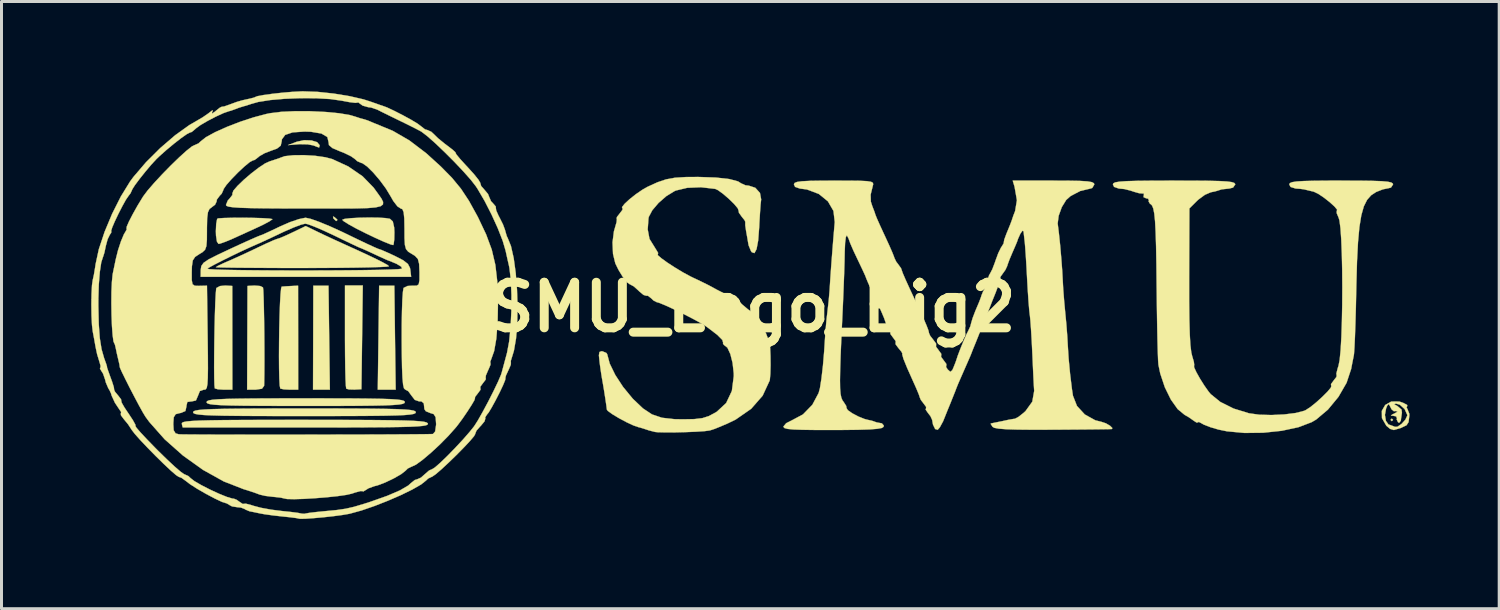
<source format=kicad_pcb>
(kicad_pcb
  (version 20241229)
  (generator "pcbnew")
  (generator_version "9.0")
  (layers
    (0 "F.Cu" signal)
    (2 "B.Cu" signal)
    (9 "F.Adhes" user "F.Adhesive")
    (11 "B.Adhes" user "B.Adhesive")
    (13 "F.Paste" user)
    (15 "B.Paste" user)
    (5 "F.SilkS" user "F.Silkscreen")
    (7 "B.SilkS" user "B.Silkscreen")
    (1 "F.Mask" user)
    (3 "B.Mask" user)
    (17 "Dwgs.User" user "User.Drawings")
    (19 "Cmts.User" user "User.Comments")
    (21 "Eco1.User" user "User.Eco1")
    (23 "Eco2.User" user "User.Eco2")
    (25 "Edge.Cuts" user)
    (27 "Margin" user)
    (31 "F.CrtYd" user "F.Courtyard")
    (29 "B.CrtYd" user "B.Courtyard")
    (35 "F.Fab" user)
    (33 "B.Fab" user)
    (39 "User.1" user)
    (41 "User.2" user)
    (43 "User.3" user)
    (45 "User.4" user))
  (footprint "SMU_Logo_Big2"
    (layer "F.Cu")
    (at 22.118 7.224)
    (property "Reference" "SMU_Logo_Big2" (at 0 0 0) (layer "F.SilkS") (effects (font (size 1.524 1.524) (thickness 0.3))))
    (attr through_hole)
    (fp_poly (pts (xy 21.421 3.768) (xy 21.378 3.81) (xy 21.336 3.768) (xy 21.378 3.725) (xy 21.421 3.768)) (stroke (width 0.01) (type solid)) (fill yes) (layer "F.SilkS"))
    (fp_poly (pts (xy -14.159 1.019) (xy -14.136 2.758) (xy -14.699 2.758) (xy -14.694 1.019) (xy -14.69 -0.72) (xy -14.182 -0.72) (xy -14.159 1.019)) (stroke (width 0.01) (type solid)) (fill yes) (layer "F.SilkS"))
    (fp_poly (pts (xy -11.958 1.019) (xy -11.935 2.758) (xy -12.534 2.758) (xy -12.511 1.019) (xy -12.488 -0.72) (xy -11.98 -0.72) (xy -11.958 1.019)) (stroke (width 0.01) (type solid)) (fill yes) (layer "F.SilkS"))
    (fp_poly (pts (xy -13.983 -3.014) (xy -13.893 -2.935) (xy -13.885 -2.916) (xy -13.926 -2.881) (xy -14.009 -2.959) (xy -14.02 -2.976) (xy -14.03 -3.034) (xy -13.983 -3.014)) (stroke (width 0.01) (type solid)) (fill yes) (layer "F.SilkS"))
    (fp_poly (pts (xy -13.081 2.743) (xy -13.313 2.755) (xy -13.498 2.75) (xy -13.588 2.724) (xy -13.601 2.63) (xy -13.613 2.393) (xy -13.622 2.039) (xy -13.628 1.594) (xy -13.631 1.083) (xy -13.631 0.978) (xy -13.631 -0.726) (xy -13.035 -0.726) (xy -13.081 2.743)) (stroke (width 0.01) (type solid)) (fill yes) (layer "F.SilkS"))
    (fp_poly (pts (xy -14.754 -5.578) (xy -14.563 -5.52) (xy -14.478 -5.419) (xy -14.478 -5.41) (xy -14.496 -5.34) (xy -14.499 -5.34) (xy -14.585 -5.371) (xy -14.688 -5.411) (xy -14.88 -5.447) (xy -15.141 -5.452) (xy -15.196 -5.449) (xy -15.536 -5.421) (xy -15.24 -5.534) (xy -14.998 -5.586) (xy -14.754 -5.578)) (stroke (width 0.01) (type solid)) (fill yes) (layer "F.SilkS"))
    (fp_poly (pts (xy -16.468 -0.709) (xy -16.373 -0.662) (xy -16.362 -0.564) (xy -16.352 -0.328) (xy -16.343 0.013) (xy -16.335 0.429) (xy -16.329 0.889) (xy -16.326 1.359) (xy -16.325 1.81) (xy -16.327 2.208) (xy -16.332 2.523) (xy -16.335 2.628) (xy -16.407 2.726) (xy -16.622 2.758) (xy -16.903 2.758) (xy -16.891 -0.711) (xy -16.655 -0.724) (xy -16.468 -0.709)) (stroke (width 0.01) (type solid)) (fill yes) (layer "F.SilkS"))
    (fp_poly (pts (xy -17.4 -0.711) (xy -17.399 1.023) (xy -17.397 2.758) (xy -17.679 2.758) (xy -17.877 2.746) (xy -17.982 2.716) (xy -17.985 2.712) (xy -17.997 2.604) (xy -18.004 2.36) (xy -18.007 2.011) (xy -18.005 1.592) (xy -18 1.133) (xy -17.992 0.668) (xy -17.981 0.228) (xy -17.968 -0.154) (xy -17.953 -0.446) (xy -17.938 -0.616) (xy -17.931 -0.643) (xy -17.81 -0.708) (xy -17.635 -0.724) (xy -17.4 -0.711)) (stroke (width 0.01) (type solid)) (fill yes) (layer "F.SilkS"))
    (fp_poly (pts (xy -15.197 1.019) (xy -15.196 2.758) (xy -15.476 2.758) (xy -15.678 2.747) (xy -15.791 2.722) (xy -15.794 2.719) (xy -15.814 2.619) (xy -15.827 2.384) (xy -15.835 2.045) (xy -15.838 1.634) (xy -15.835 1.18) (xy -15.829 0.716) (xy -15.818 0.271) (xy -15.804 -0.122) (xy -15.786 -0.433) (xy -15.766 -0.631) (xy -15.748 -0.688) (xy -15.605 -0.699) (xy -15.431 -0.709) (xy -15.199 -0.72) (xy -15.197 1.019)) (stroke (width 0.01) (type solid)) (fill yes) (layer "F.SilkS"))
    (fp_poly (pts (xy -12.528 -2.996) (xy -12.276 -2.981) (xy -12.127 -2.956) (xy -12.031 -2.867) (xy -11.986 -2.666) (xy -11.978 -2.506) (xy -11.983 -2.265) (xy -12.003 -2.108) (xy -12.018 -2.078) (xy -12.109 -2.101) (xy -12.318 -2.185) (xy -12.612 -2.317) (xy -12.896 -2.452) (xy -13.232 -2.62) (xy -13.502 -2.768) (xy -13.674 -2.876) (xy -13.722 -2.923) (xy -13.642 -2.954) (xy -13.438 -2.977) (xy -13.154 -2.993) (xy -12.836 -2.999) (xy -12.528 -2.996)) (stroke (width 0.01) (type solid)) (fill yes) (layer "F.SilkS"))
    (fp_poly (pts (xy -16.7 -2.988) (xy -16.397 -2.979) (xy -16.17 -2.965) (xy -16.061 -2.948) (xy -16.057 -2.942) (xy -16.15 -2.875) (xy -16.35 -2.768) (xy -16.536 -2.679) (xy -16.875 -2.524) (xy -17.23 -2.362) (xy -17.373 -2.297) (xy -17.617 -2.194) (xy -17.803 -2.128) (xy -17.86 -2.117) (xy -17.913 -2.194) (xy -17.944 -2.394) (xy -17.949 -2.54) (xy -17.938 -2.783) (xy -17.909 -2.94) (xy -17.886 -2.97) (xy -17.674 -2.984) (xy -17.379 -2.991) (xy -17.041 -2.993) (xy -16.7 -2.988)) (stroke (width 0.01) (type solid)) (fill yes) (layer "F.SilkS"))
    (fp_poly (pts (xy -14.605 -2.549) (xy -14.354 -2.429) (xy -14.02 -2.273) (xy -13.675 -2.116) (xy -13.674 -2.115) (xy -13.098 -1.853) (xy -12.668 -1.651) (xy -12.375 -1.505) (xy -12.208 -1.411) (xy -12.159 -1.37) (xy -12.232 -1.356) (xy -12.455 -1.344) (xy -12.81 -1.333) (xy -13.276 -1.324) (xy -13.836 -1.317) (xy -14.471 -1.313) (xy -15.036 -1.312) (xy -15.719 -1.312) (xy -16.346 -1.315) (xy -16.896 -1.318) (xy -17.35 -1.322) (xy -17.69 -1.327) (xy -17.895 -1.333) (xy -17.949 -1.338) (xy -17.879 -1.383) (xy -17.698 -1.47) (xy -17.547 -1.536) (xy -17.264 -1.661) (xy -16.905 -1.826) (xy -16.549 -1.995) (xy -16.546 -1.997) (xy -16.257 -2.133) (xy -16.028 -2.235) (xy -15.9 -2.284) (xy -15.889 -2.286) (xy -15.788 -2.32) (xy -15.584 -2.408) (xy -15.388 -2.5) (xy -14.944 -2.714) (xy -14.605 -2.549)) (stroke (width 0.01) (type solid)) (fill yes) (layer "F.SilkS"))
    (fp_poly (pts (xy -14.098 3.049) (xy -13.407 3.051) (xy -12.855 3.056) (xy -12.427 3.063) (xy -12.109 3.074) (xy -11.885 3.089) (xy -11.74 3.108) (xy -11.66 3.133) (xy -11.629 3.163) (xy -11.628 3.175) (xy -11.645 3.207) (xy -11.706 3.234) (xy -11.826 3.255) (xy -12.021 3.271) (xy -12.305 3.284) (xy -12.692 3.292) (xy -13.199 3.298) (xy -13.84 3.301) (xy -14.631 3.302) (xy -14.944 3.302) (xy -15.789 3.301) (xy -16.481 3.299) (xy -17.033 3.294) (xy -17.46 3.287) (xy -17.779 3.276) (xy -18.002 3.261) (xy -18.147 3.242) (xy -18.227 3.217) (xy -18.258 3.187) (xy -18.26 3.175) (xy -18.243 3.143) (xy -18.181 3.116) (xy -18.061 3.095) (xy -17.866 3.079) (xy -17.583 3.066) (xy -17.195 3.058) (xy -16.688 3.052) (xy -16.047 3.049) (xy -15.257 3.048) (xy -14.944 3.048) (xy -14.098 3.049)) (stroke (width 0.01) (type solid)) (fill yes) (layer "F.SilkS"))
    (fp_poly (pts (xy -14.085 3.387) (xy -13.34 3.389) (xy -12.735 3.393) (xy -12.257 3.4) (xy -11.892 3.409) (xy -11.626 3.422) (xy -11.443 3.438) (xy -11.331 3.459) (xy -11.275 3.485) (xy -11.261 3.514) (xy -11.277 3.544) (xy -11.337 3.57) (xy -11.453 3.59) (xy -11.641 3.607) (xy -11.913 3.619) (xy -12.286 3.628) (xy -12.771 3.634) (xy -13.385 3.638) (xy -14.14 3.64) (xy -14.986 3.641) (xy -15.887 3.64) (xy -16.632 3.638) (xy -17.237 3.634) (xy -17.715 3.628) (xy -18.08 3.618) (xy -18.346 3.606) (xy -18.529 3.589) (xy -18.641 3.568) (xy -18.697 3.542) (xy -18.711 3.514) (xy -18.695 3.483) (xy -18.635 3.458) (xy -18.519 3.437) (xy -18.331 3.421) (xy -18.059 3.408) (xy -17.686 3.399) (xy -17.201 3.393) (xy -16.587 3.389) (xy -15.832 3.387) (xy -14.986 3.387) (xy -14.085 3.387)) (stroke (width 0.01) (type solid)) (fill yes) (layer "F.SilkS"))
    (fp_poly (pts (xy -14.046 3.768) (xy -13.25 3.77) (xy -12.596 3.774) (xy -12.071 3.78) (xy -11.661 3.788) (xy -11.353 3.799) (xy -11.132 3.814) (xy -10.986 3.832) (xy -10.901 3.855) (xy -10.863 3.882) (xy -10.857 3.895) (xy -10.868 3.924) (xy -10.92 3.949) (xy -11.027 3.969) (xy -11.203 3.985) (xy -11.461 3.998) (xy -11.815 4.007) (xy -12.277 4.014) (xy -12.862 4.018) (xy -13.583 4.021) (xy -14.453 4.022) (xy -14.941 4.022) (xy -15.758 4.022) (xy -16.52 4.022) (xy -17.213 4.022) (xy -17.819 4.022) (xy -18.323 4.022) (xy -18.708 4.022) (xy -18.958 4.022) (xy -19.056 4.022) (xy -19.056 4.022) (xy -19.076 3.953) (xy -19.088 3.894) (xy -19.078 3.865) (xy -19.027 3.84) (xy -18.921 3.82) (xy -18.747 3.804) (xy -18.491 3.791) (xy -18.14 3.782) (xy -17.681 3.775) (xy -17.099 3.771) (xy -16.383 3.768) (xy -15.517 3.767) (xy -14.998 3.767) (xy -14.046 3.768)) (stroke (width 0.01) (type solid)) (fill yes) (layer "F.SilkS"))
    (fp_poly (pts (xy -14.632 -5.064) (xy -14.289 -5.015) (xy -14.058 -4.955) (xy -13.519 -4.706) (xy -13.041 -4.377) (xy -12.677 -4.003) (xy -12.644 -3.959) (xy -12.513 -3.778) (xy -12.412 -3.633) (xy -12.356 -3.521) (xy -12.36 -3.437) (xy -12.437 -3.378) (xy -12.602 -3.339) (xy -12.87 -3.315) (xy -13.255 -3.304) (xy -13.771 -3.301) (xy -14.433 -3.302) (xy -14.946 -3.302) (xy -15.705 -3.303) (xy -16.311 -3.307) (xy -16.779 -3.314) (xy -17.125 -3.325) (xy -17.365 -3.341) (xy -17.516 -3.362) (xy -17.592 -3.389) (xy -17.611 -3.419) (xy -17.551 -3.567) (xy -17.485 -3.64) (xy -17.397 -3.753) (xy -17.396 -3.806) (xy -17.363 -3.898) (xy -17.224 -4.059) (xy -17.016 -4.26) (xy -16.77 -4.471) (xy -16.521 -4.663) (xy -16.302 -4.809) (xy -16.15 -4.877) (xy -16.044 -4.911) (xy -15.931 -4.949) (xy -15.917 -4.953) (xy -15.817 -4.987) (xy -15.812 -4.991) (xy -15.644 -5.051) (xy -15.359 -5.082) (xy -15.005 -5.086) (xy -14.632 -5.064)) (stroke (width 0.01) (type solid)) (fill yes) (layer "F.SilkS"))
    (fp_poly (pts (xy 21.634 3.156) (xy 21.759 3.199) (xy 21.888 3.266) (xy 21.897 3.297) (xy 21.873 3.354) (xy 21.902 3.408) (xy 21.965 3.566) (xy 21.966 3.619) (xy 21.943 3.804) (xy 21.939 3.842) (xy 21.872 3.947) (xy 21.677 4.04) (xy 21.447 4.107) (xy 21.321 4.069) (xy 21.196 3.965) (xy 21.049 3.71) (xy 21.047 3.602) (xy 21.148 3.602) (xy 21.181 3.801) (xy 21.269 3.924) (xy 21.317 3.937) (xy 21.459 3.99) (xy 21.471 4.001) (xy 21.568 3.998) (xy 21.706 3.902) (xy 21.832 3.762) (xy 21.895 3.627) (xy 21.895 3.6) (xy 21.808 3.407) (xy 21.647 3.261) (xy 21.516 3.223) (xy 21.454 3.243) (xy 21.553 3.298) (xy 21.562 3.302) (xy 21.704 3.423) (xy 21.717 3.53) (xy 21.688 3.723) (xy 21.681 3.794) (xy 21.627 3.864) (xy 21.589 3.851) (xy 21.54 3.75) (xy 21.551 3.719) (xy 21.525 3.652) (xy 21.447 3.635) (xy 21.349 3.622) (xy 21.402 3.583) (xy 21.463 3.556) (xy 21.571 3.494) (xy 21.515 3.473) (xy 21.445 3.478) (xy 21.37 3.415) (xy 21.327 3.329) (xy 21.278 3.237) (xy 21.229 3.286) (xy 21.187 3.387) (xy 21.148 3.602) (xy 21.047 3.602) (xy 21.045 3.466) (xy 21.158 3.27) (xy 21.362 3.155) (xy 21.634 3.156)) (stroke (width 0.01) (type solid)) (fill yes) (layer "F.SilkS"))
    (fp_poly (pts (xy -14.776 -2.954) (xy -14.494 -2.854) (xy -14.133 -2.705) (xy -13.729 -2.521) (xy -13.621 -2.469) (xy -13.233 -2.281) (xy -12.901 -2.123) (xy -12.653 -2.009) (xy -12.519 -1.951) (xy -12.504 -1.947) (xy -12.408 -1.914) (xy -12.206 -1.826) (xy -11.964 -1.714) (xy -11.683 -1.569) (xy -11.526 -1.446) (xy -11.457 -1.313) (xy -11.445 -1.249) (xy -11.418 -1.016) (xy -18.457 -1.016) (xy -18.455 -1.249) (xy -18.45 -1.286) (xy -18.236 -1.286) (xy -18.164 -1.272) (xy -17.946 -1.259) (xy -17.602 -1.249) (xy -17.155 -1.241) (xy -16.626 -1.235) (xy -16.039 -1.231) (xy -15.414 -1.229) (xy -14.775 -1.229) (xy -14.142 -1.231) (xy -13.539 -1.235) (xy -12.987 -1.241) (xy -12.507 -1.249) (xy -12.123 -1.26) (xy -11.856 -1.272) (xy -11.729 -1.286) (xy -11.721 -1.289) (xy -11.75 -1.356) (xy -11.905 -1.451) (xy -12.149 -1.552) (xy -12.192 -1.566) (xy -12.286 -1.607) (xy -12.484 -1.697) (xy -12.658 -1.778) (xy -12.898 -1.889) (xy -13.07 -1.965) (xy -13.123 -1.985) (xy -13.212 -2.024) (xy -13.42 -2.122) (xy -13.714 -2.263) (xy -13.986 -2.395) (xy -14.337 -2.559) (xy -14.644 -2.691) (xy -14.868 -2.774) (xy -14.958 -2.794) (xy -15.103 -2.759) (xy -15.352 -2.665) (xy -15.658 -2.532) (xy -15.747 -2.49) (xy -16.065 -2.339) (xy -16.341 -2.211) (xy -16.526 -2.127) (xy -16.552 -2.116) (xy -16.804 -2.005) (xy -17.114 -1.862) (xy -17.445 -1.703) (xy -17.759 -1.547) (xy -18.02 -1.413) (xy -18.19 -1.319) (xy -18.236 -1.286) (xy -18.45 -1.286) (xy -18.435 -1.379) (xy -18.357 -1.487) (xy -18.188 -1.601) (xy -17.895 -1.749) (xy -17.884 -1.754) (xy -17.494 -1.938) (xy -17.121 -2.111) (xy -16.798 -2.257) (xy -16.557 -2.362) (xy -16.432 -2.411) (xy -16.425 -2.412) (xy -16.334 -2.45) (xy -16.131 -2.543) (xy -15.856 -2.674) (xy -15.791 -2.705) (xy -15.47 -2.845) (xy -15.173 -2.946) (xy -14.96 -2.99) (xy -14.944 -2.991) (xy -14.776 -2.954)) (stroke (width 0.01) (type solid)) (fill yes) (layer "F.SilkS"))
    (fp_poly (pts (xy 20.277 -4.232) (xy 20.721 -4.226) (xy 21.035 -4.215) (xy 21.242 -4.197) (xy 21.361 -4.171) (xy 21.413 -4.135) (xy 21.421 -4.106) (xy 21.351 -4.001) (xy 21.264 -3.979) (xy 21.08 -3.942) (xy 20.856 -3.854) (xy 20.855 -3.853) (xy 20.688 -3.744) (xy 20.552 -3.59) (xy 20.443 -3.373) (xy 20.359 -3.076) (xy 20.295 -2.682) (xy 20.248 -2.174) (xy 20.215 -1.535) (xy 20.193 -0.748) (xy 20.189 -0.552) (xy 20.177 0.018) (xy 20.162 0.54) (xy 20.146 0.989) (xy 20.13 1.336) (xy 20.115 1.555) (xy 20.108 1.609) (xy 20.058 1.859) (xy 20.019 2.065) (xy 19.866 2.527) (xy 19.594 2.998) (xy 19.242 3.425) (xy 18.848 3.757) (xy 18.698 3.845) (xy 18.252 4.014) (xy 17.695 4.133) (xy 17.077 4.198) (xy 16.45 4.205) (xy 15.866 4.15) (xy 15.583 4.092) (xy 15.308 4.011) (xy 15.092 3.927) (xy 15.013 3.882) (xy 14.919 3.833) (xy 14.901 3.852) (xy 14.849 3.858) (xy 14.765 3.803) (xy 14.574 3.67) (xy 14.451 3.601) (xy 14.217 3.408) (xy 13.989 3.087) (xy 13.788 2.678) (xy 13.635 2.22) (xy 13.574 1.927) (xy 13.563 1.783) (xy 13.552 1.494) (xy 13.541 1.085) (xy 13.531 0.58) (xy 13.522 0.003) (xy 13.515 -0.621) (xy 13.514 -0.655) (xy 13.506 -1.423) (xy 13.495 -2.037) (xy 13.48 -2.515) (xy 13.461 -2.874) (xy 13.435 -3.131) (xy 13.401 -3.302) (xy 13.359 -3.403) (xy 13.307 -3.452) (xy 13.293 -3.457) (xy 13.244 -3.538) (xy 13.255 -3.563) (xy 13.231 -3.629) (xy 13.166 -3.641) (xy 13.075 -3.681) (xy 13.082 -3.727) (xy 13.089 -3.8) (xy 13.066 -3.802) (xy 12.933 -3.811) (xy 12.795 -3.85) (xy 12.785 -3.852) (xy 12.665 -3.891) (xy 12.658 -3.895) (xy 12.434 -3.952) (xy 12.248 -3.969) (xy 12.091 -4.024) (xy 12.051 -4.106) (xy 12.07 -4.147) (xy 12.141 -4.178) (xy 12.282 -4.2) (xy 12.513 -4.216) (xy 12.851 -4.226) (xy 13.316 -4.231) (xy 13.928 -4.233) (xy 14.097 -4.233) (xy 14.746 -4.232) (xy 15.244 -4.228) (xy 15.611 -4.219) (xy 15.866 -4.205) (xy 16.026 -4.184) (xy 16.112 -4.155) (xy 16.142 -4.117) (xy 16.143 -4.106) (xy 16.07 -4.001) (xy 15.946 -3.969) (xy 15.691 -3.942) (xy 15.557 -3.899) (xy 15.468 -3.873) (xy 15.325 -3.844) (xy 15.129 -3.76) (xy 14.91 -3.6) (xy 14.861 -3.554) (xy 14.609 -3.303) (xy 14.601 -0.995) (xy 14.601 -0.21) (xy 14.608 0.42) (xy 14.622 0.908) (xy 14.643 1.267) (xy 14.673 1.512) (xy 14.701 1.63) (xy 14.759 1.829) (xy 14.772 1.939) (xy 14.765 1.947) (xy 14.767 2.01) (xy 14.841 2.171) (xy 14.962 2.387) (xy 15.108 2.619) (xy 15.252 2.823) (xy 15.322 2.907) (xy 15.642 3.167) (xy 16.086 3.389) (xy 16.603 3.548) (xy 16.945 3.595) (xy 17.356 3.606) (xy 17.782 3.586) (xy 18.165 3.538) (xy 18.45 3.464) (xy 18.5 3.441) (xy 18.659 3.337) (xy 18.856 3.178) (xy 19.056 2.996) (xy 19.229 2.823) (xy 19.34 2.689) (xy 19.359 2.626) (xy 19.35 2.625) (xy 19.345 2.573) (xy 19.431 2.455) (xy 19.526 2.333) (xy 19.533 2.286) (xy 19.525 2.216) (xy 19.569 2.04) (xy 19.595 1.963) (xy 19.634 1.764) (xy 19.667 1.432) (xy 19.692 0.994) (xy 19.709 0.479) (xy 19.72 -0.085) (xy 19.723 -0.669) (xy 19.719 -1.244) (xy 19.707 -1.784) (xy 19.688 -2.258) (xy 19.662 -2.64) (xy 19.628 -2.899) (xy 19.601 -2.99) (xy 19.535 -3.148) (xy 19.536 -3.217) (xy 19.537 -3.217) (xy 19.551 -3.26) (xy 19.461 -3.369) (xy 19.302 -3.513) (xy 19.111 -3.663) (xy 18.924 -3.789) (xy 18.775 -3.861) (xy 18.762 -3.865) (xy 18.56 -3.913) (xy 18.437 -3.943) (xy 18.436 -3.943) (xy 18.31 -3.959) (xy 18.161 -3.969) (xy 17.993 -4.022) (xy 17.949 -4.106) (xy 17.97 -4.15) (xy 18.045 -4.182) (xy 18.195 -4.205) (xy 18.44 -4.22) (xy 18.801 -4.229) (xy 19.299 -4.233) (xy 19.685 -4.233) (xy 20.277 -4.232)) (stroke (width 0.01) (type solid)) (fill yes) (layer "F.SilkS"))
    (fp_poly (pts (xy -1.226 -4.336) (xy -0.778 -4.286) (xy -0.485 -4.207) (xy -0.385 -4.144) (xy -0.241 -4.078) (xy -0.123 -4.064) (xy 0.093 -3.993) (xy 0.248 -3.82) (xy 0.288 -3.604) (xy 0.287 -3.598) (xy 0.269 -3.439) (xy 0.249 -3.161) (xy 0.228 -2.815) (xy 0.222 -2.68) (xy 0.188 -2.234) (xy 0.134 -1.943) (xy 0.063 -1.809) (xy -0.025 -1.839) (xy -0.052 -1.876) (xy -0.129 -2.061) (xy -0.141 -2.117) (xy -0.169 -2.284) (xy -0.211 -2.52) (xy -0.215 -2.54) (xy -0.244 -2.738) (xy -0.244 -2.844) (xy -0.241 -2.849) (xy -0.268 -2.911) (xy -0.36 -3.025) (xy -0.456 -3.16) (xy -0.467 -3.23) (xy -0.495 -3.308) (xy -0.617 -3.453) (xy -0.795 -3.627) (xy -0.989 -3.794) (xy -1.159 -3.916) (xy -1.248 -3.957) (xy -1.725 -4.012) (xy -2.185 -3.993) (xy -2.562 -3.903) (xy -2.607 -3.884) (xy -2.881 -3.717) (xy -3.144 -3.488) (xy -3.354 -3.241) (xy -3.471 -3.02) (xy -3.482 -2.96) (xy -3.497 -2.733) (xy -3.507 -2.603) (xy -3.447 -2.284) (xy -3.225 -1.926) (xy -3.156 -1.812) (xy -3.168 -1.778) (xy -3.168 -1.739) (xy -3.052 -1.638) (xy -2.854 -1.495) (xy -2.604 -1.332) (xy -2.336 -1.17) (xy -2.08 -1.031) (xy -1.99 -0.987) (xy -1.707 -0.853) (xy -1.475 -0.738) (xy -1.355 -0.674) (xy -1.201 -0.589) (xy -0.971 -0.472) (xy -0.889 -0.432) (xy -0.621 -0.283) (xy -0.381 -0.12) (xy -0.339 -0.085) (xy -0.167 0.06) (xy -0.044 0.154) (xy -0.042 0.156) (xy 0.114 0.315) (xy 0.289 0.575) (xy 0.45 0.876) (xy 0.559 1.159) (xy 0.566 1.185) (xy 0.588 1.358) (xy 0.6 1.632) (xy 0.603 1.942) (xy 0.595 2.228) (xy 0.578 2.424) (xy 0.571 2.455) (xy 0.337 2.959) (xy -0.046 3.397) (xy -0.565 3.757) (xy -0.847 3.894) (xy -1.115 4.007) (xy -1.28 4.073) (xy -1.396 4.111) (xy -1.439 4.123) (xy -1.599 4.144) (xy -1.878 4.163) (xy -2.225 4.177) (xy -2.589 4.186) (xy -2.92 4.187) (xy -3.167 4.181) (xy -3.26 4.172) (xy -3.468 4.119) (xy -3.556 4.089) (xy -3.759 4.025) (xy -3.816 4.012) (xy -3.986 3.953) (xy -4.221 3.843) (xy -4.473 3.708) (xy -4.696 3.573) (xy -4.841 3.467) (xy -4.872 3.425) (xy -4.888 3.299) (xy -4.922 3.068) (xy -4.965 2.791) (xy -5.009 2.53) (xy -5.035 2.384) (xy -5.062 2.218) (xy -5.099 1.963) (xy -5.114 1.849) (xy -5.139 1.61) (xy -5.121 1.498) (xy -5.05 1.472) (xy -5.018 1.476) (xy -4.887 1.531) (xy -4.861 1.574) (xy -4.777 1.886) (xy -4.592 2.265) (xy -4.331 2.665) (xy -4.021 3.043) (xy -3.989 3.077) (xy -3.665 3.385) (xy -3.363 3.585) (xy -3.031 3.697) (xy -2.614 3.744) (xy -2.328 3.749) (xy -1.949 3.742) (xy -1.679 3.71) (xy -1.462 3.641) (xy -1.238 3.521) (xy -1.193 3.493) (xy -0.882 3.203) (xy -0.692 2.801) (xy -0.628 2.303) (xy -0.63 2.205) (xy -0.668 1.863) (xy -0.743 1.566) (xy -0.84 1.355) (xy -0.945 1.27) (xy -0.95 1.27) (xy -0.991 1.219) (xy -0.982 1.198) (xy -1.01 1.095) (xy -1.182 0.923) (xy -1.503 0.678) (xy -1.571 0.63) (xy -1.752 0.52) (xy -2.019 0.375) (xy -2.332 0.215) (xy -2.649 0.061) (xy -2.929 -0.067) (xy -3.132 -0.15) (xy -3.206 -0.169) (xy -3.317 -0.227) (xy -3.386 -0.295) (xy -3.5 -0.383) (xy -3.553 -0.383) (xy -3.647 -0.411) (xy -3.793 -0.533) (xy -3.812 -0.553) (xy -3.971 -0.696) (xy -4.093 -0.762) (xy -4.1 -0.763) (xy -4.198 -0.832) (xy -4.337 -1.009) (xy -4.483 -1.248) (xy -4.59 -1.467) (xy -4.667 -1.784) (xy -4.683 -2.17) (xy -4.636 -2.539) (xy -4.605 -2.646) (xy -4.548 -2.844) (xy -4.538 -2.955) (xy -4.547 -2.963) (xy -4.536 -3.016) (xy -4.445 -3.133) (xy -4.352 -3.255) (xy -4.348 -3.302) (xy -4.368 -3.345) (xy -4.28 -3.457) (xy -4.115 -3.61) (xy -3.905 -3.777) (xy -3.682 -3.93) (xy -3.513 -4.026) (xy -3.182 -4.177) (xy -2.894 -4.275) (xy -2.595 -4.33) (xy -2.228 -4.353) (xy -1.82 -4.356) (xy -1.226 -4.336)) (stroke (width 0.01) (type solid)) (fill yes) (layer "F.SilkS"))
    (fp_poly (pts (xy -14.789 -6.554) (xy -14.286 -6.53) (xy -13.83 -6.487) (xy -13.466 -6.426) (xy -13.293 -6.375) (xy -13.107 -6.314) (xy -13.053 -6.301) (xy -12.878 -6.248) (xy -12.799 -6.216) (xy -12.658 -6.155) (xy -12.615 -6.139) (xy -12.031 -5.898) (xy -11.478 -5.578) (xy -10.917 -5.152) (xy -10.427 -4.707) (xy -10.052 -4.326) (xy -9.752 -3.962) (xy -9.485 -3.558) (xy -9.208 -3.056) (xy -9.176 -2.994) (xy -8.91 -2.433) (xy -8.722 -1.925) (xy -8.602 -1.416) (xy -8.537 -0.853) (xy -8.514 -0.18) (xy -8.514 -0.127) (xy -8.526 0.516) (xy -8.57 1.055) (xy -8.642 1.466) (xy -8.728 1.707) (xy -8.775 1.831) (xy -8.764 1.863) (xy -8.766 1.928) (xy -8.833 2.087) (xy -8.848 2.117) (xy -8.92 2.286) (xy -8.927 2.369) (xy -8.921 2.371) (xy -8.927 2.423) (xy -9.017 2.54) (xy -9.106 2.662) (xy -9.102 2.709) (xy -9.099 2.761) (xy -9.186 2.879) (xy -9.28 3.001) (xy -9.284 3.048) (xy -9.303 3.11) (xy -9.396 3.269) (xy -9.536 3.486) (xy -9.697 3.722) (xy -9.854 3.935) (xy -9.92 4.018) (xy -10.169 4.299) (xy -10.457 4.591) (xy -10.755 4.867) (xy -11.032 5.101) (xy -11.257 5.265) (xy -11.402 5.333) (xy -11.41 5.334) (xy -11.528 5.392) (xy -11.603 5.465) (xy -11.751 5.582) (xy -11.998 5.724) (xy -12.282 5.86) (xy -12.542 5.959) (xy -12.651 5.986) (xy -12.849 6.058) (xy -12.926 6.108) (xy -13.021 6.164) (xy -13.039 6.152) (xy -13.109 6.149) (xy -13.288 6.196) (xy -13.399 6.234) (xy -13.582 6.276) (xy -13.874 6.318) (xy -14.234 6.356) (xy -14.622 6.387) (xy -15 6.41) (xy -15.328 6.42) (xy -15.567 6.415) (xy -15.677 6.393) (xy -15.772 6.37) (xy -15.972 6.347) (xy -16.044 6.341) (xy -16.295 6.31) (xy -16.485 6.266) (xy -16.51 6.256) (xy -16.666 6.198) (xy -16.909 6.119) (xy -17.018 6.086) (xy -17.686 5.826) (xy -18.377 5.441) (xy -19.05 4.96) (xy -19.664 4.415) (xy -20.125 3.894) (xy -19.373 3.894) (xy -19.36 4.115) (xy -19.297 4.218) (xy -19.193 4.249) (xy -19.084 4.253) (xy -18.826 4.256) (xy -18.438 4.258) (xy -17.942 4.26) (xy -17.356 4.261) (xy -16.701 4.262) (xy -15.998 4.262) (xy -15.265 4.262) (xy -14.524 4.261) (xy -13.793 4.259) (xy -13.094 4.258) (xy -12.446 4.256) (xy -11.87 4.253) (xy -11.385 4.25) (xy -11.011 4.247) (xy -10.769 4.243) (xy -10.689 4.24) (xy -10.615 4.156) (xy -10.584 3.936) (xy -10.583 3.901) (xy -10.599 3.679) (xy -10.664 3.574) (xy -10.774 3.541) (xy -10.927 3.479) (xy -10.975 3.408) (xy -10.993 3.238) (xy -10.996 3.214) (xy -11.073 3.15) (xy -11.15 3.15) (xy -11.296 3.099) (xy -11.401 2.963) (xy -11.515 2.808) (xy -11.618 2.752) (xy -11.657 2.715) (xy -11.687 2.592) (xy -11.708 2.365) (xy -11.723 2.017) (xy -11.731 1.53) (xy -11.734 1.101) (xy -11.733 0.585) (xy -11.725 0.125) (xy -11.712 -0.251) (xy -11.693 -0.516) (xy -11.672 -0.642) (xy -11.669 -0.646) (xy -11.538 -0.71) (xy -11.365 -0.721) (xy -11.233 -0.719) (xy -11.165 -0.766) (xy -11.14 -0.902) (xy -11.139 -1.168) (xy -11.139 -1.173) (xy -11.151 -1.45) (xy -11.193 -1.613) (xy -11.289 -1.717) (xy -11.393 -1.781) (xy -11.516 -1.857) (xy -11.589 -1.943) (xy -11.627 -2.082) (xy -11.64 -2.314) (xy -11.641 -2.61) (xy -11.647 -2.962) (xy -11.668 -3.174) (xy -11.71 -3.278) (xy -11.769 -3.302) (xy -11.876 -3.372) (xy -12.014 -3.551) (xy -12.101 -3.704) (xy -12.26 -3.967) (xy -12.465 -4.245) (xy -12.686 -4.504) (xy -12.891 -4.706) (xy -13.048 -4.816) (xy -13.088 -4.826) (xy -13.222 -4.885) (xy -13.287 -4.946) (xy -13.422 -5.044) (xy -13.653 -5.157) (xy -13.798 -5.214) (xy -14.051 -5.322) (xy -14.167 -5.422) (xy -14.179 -5.516) (xy -14.22 -5.69) (xy -14.417 -5.808) (xy -14.769 -5.867) (xy -14.986 -5.874) (xy -15.383 -5.847) (xy -15.631 -5.763) (xy -15.74 -5.615) (xy -15.748 -5.547) (xy -15.78 -5.402) (xy -15.906 -5.304) (xy -16.088 -5.239) (xy -16.325 -5.148) (xy -16.495 -5.049) (xy -16.521 -5.024) (xy -16.652 -4.925) (xy -16.708 -4.911) (xy -16.816 -4.853) (xy -16.997 -4.704) (xy -17.212 -4.503) (xy -17.424 -4.285) (xy -17.596 -4.09) (xy -17.688 -3.955) (xy -17.695 -3.929) (xy -17.754 -3.797) (xy -17.82 -3.728) (xy -17.916 -3.599) (xy -17.925 -3.534) (xy -17.976 -3.427) (xy -18.077 -3.351) (xy -18.164 -3.284) (xy -18.215 -3.172) (xy -18.24 -2.976) (xy -18.247 -2.656) (xy -18.247 -2.589) (xy -18.249 -2.253) (xy -18.266 -2.044) (xy -18.311 -1.92) (xy -18.397 -1.839) (xy -18.498 -1.779) (xy -18.644 -1.682) (xy -18.721 -1.564) (xy -18.75 -1.368) (xy -18.755 -1.173) (xy -18.755 -0.907) (xy -18.729 -0.769) (xy -18.656 -0.718) (xy -18.514 -0.713) (xy -18.503 -0.714) (xy -18.246 -0.72) (xy -18.223 1.03) (xy -18.216 1.617) (xy -18.214 2.055) (xy -18.219 2.366) (xy -18.231 2.571) (xy -18.253 2.691) (xy -18.286 2.746) (xy -18.331 2.759) (xy -18.35 2.757) (xy -18.483 2.803) (xy -18.544 2.954) (xy -18.615 3.119) (xy -18.757 3.151) (xy -18.766 3.15) (xy -18.902 3.168) (xy -18.934 3.303) (xy -18.933 3.32) (xy -18.967 3.472) (xy -19.117 3.536) (xy -19.146 3.539) (xy -19.292 3.577) (xy -19.357 3.68) (xy -19.373 3.894) (xy -20.125 3.894) (xy -20.176 3.836) (xy -20.3 3.667) (xy -20.387 3.524) (xy -20.517 3.29) (xy -20.67 3.002) (xy -20.83 2.695) (xy -20.976 2.405) (xy -21.092 2.168) (xy -21.157 2.021) (xy -21.164 1.99) (xy -21.173 1.919) (xy -21.207 1.773) (xy -21.262 1.539) (xy -21.292 1.392) (xy -21.323 1.258) (xy -21.336 1.228) (xy -21.372 1.149) (xy -21.401 0.937) (xy -21.424 0.629) (xy -21.438 0.26) (xy -21.444 -0.133) (xy -21.441 -0.514) (xy -21.426 -0.847) (xy -21.401 -1.095) (xy -21.392 -1.143) (xy -21.338 -1.403) (xy -21.297 -1.6) (xy -21.222 -1.901) (xy -21.124 -2.2) (xy -21.026 -2.435) (xy -20.976 -2.519) (xy -20.926 -2.61) (xy -20.937 -2.625) (xy -20.931 -2.691) (xy -20.855 -2.866) (xy -20.727 -3.114) (xy -20.566 -3.401) (xy -20.39 -3.689) (xy -20.38 -3.705) (xy -20.231 -3.904) (xy -20.008 -4.161) (xy -19.74 -4.45) (xy -19.452 -4.744) (xy -19.173 -5.014) (xy -18.929 -5.235) (xy -18.748 -5.378) (xy -18.665 -5.419) (xy -18.53 -5.478) (xy -18.456 -5.547) (xy -18.279 -5.687) (xy -17.975 -5.853) (xy -17.583 -6.029) (xy -17.141 -6.2) (xy -16.688 -6.349) (xy -16.262 -6.462) (xy -16.129 -6.489) (xy -15.756 -6.535) (xy -15.295 -6.556) (xy -14.789 -6.554)) (stroke (width 0.01) (type solid)) (fill yes) (layer "F.SilkS"))
    (fp_poly (pts (xy 10.583 -4.231) (xy 10.954 -4.224) (xy 11.201 -4.208) (xy 11.348 -4.183) (xy 11.416 -4.146) (xy 11.43 -4.106) (xy 11.361 -3.988) (xy 11.303 -3.969) (xy 10.956 -3.886) (xy 10.637 -3.718) (xy 10.489 -3.587) (xy 10.342 -3.348) (xy 10.237 -3.058) (xy 10.204 -2.801) (xy 10.208 -2.771) (xy 10.245 -2.472) (xy 10.287 -2.07) (xy 10.325 -1.632) (xy 10.356 -1.222) (xy 10.372 -0.931) (xy 10.39 -0.6) (xy 10.422 -0.193) (xy 10.456 0.169) (xy 10.494 0.564) (xy 10.525 0.968) (xy 10.542 1.27) (xy 10.57 1.711) (xy 10.619 2.228) (xy 10.68 2.73) (xy 10.715 2.961) (xy 10.849 3.302) (xy 11.112 3.588) (xy 11.462 3.782) (xy 11.673 3.835) (xy 11.818 3.884) (xy 11.956 3.965) (xy 12.033 4.041) (xy 12.018 4.074) (xy 11.926 4.078) (xy 11.69 4.082) (xy 11.332 4.086) (xy 10.878 4.09) (xy 10.352 4.094) (xy 10.048 4.096) (xy 9.382 4.098) (xy 8.869 4.093) (xy 8.493 4.082) (xy 8.238 4.062) (xy 8.086 4.034) (xy 8.027 4.001) (xy 7.966 3.906) (xy 7.969 3.888) (xy 8.345 3.812) (xy 8.551 3.767) (xy 8.727 3.736) (xy 8.772 3.732) (xy 8.886 3.673) (xy 9.062 3.535) (xy 9.131 3.471) (xy 9.355 3.16) (xy 9.419 2.798) (xy 9.412 2.699) (xy 9.406 2.599) (xy 9.394 2.363) (xy 9.378 2.026) (xy 9.36 1.62) (xy 9.357 1.557) (xy 9.336 1.126) (xy 9.313 0.739) (xy 9.291 0.438) (xy 9.273 0.263) (xy 9.271 0.256) (xy 9.252 0.087) (xy 9.228 -0.207) (xy 9.203 -0.583) (xy 9.183 -0.931) (xy 9.161 -1.347) (xy 9.138 -1.724) (xy 9.117 -2.015) (xy 9.105 -2.159) (xy 9.079 -2.386) (xy 9.062 -2.54) (xy 9.027 -2.558) (xy 8.957 -2.46) (xy 8.88 -2.29) (xy 8.85 -2.201) (xy 8.811 -2.105) (xy 8.727 -1.911) (xy 8.687 -1.82) (xy 8.59 -1.59) (xy 8.527 -1.418) (xy 8.519 -1.384) (xy 8.454 -1.245) (xy 8.378 -1.139) (xy 8.293 -1.02) (xy 8.282 -0.982) (xy 8.274 -0.905) (xy 8.216 -0.721) (xy 8.126 -0.479) (xy 8.069 -0.339) (xy 8.014 -0.203) (xy 8.001 -0.169) (xy 7.958 -0.057) (xy 7.88 0.141) (xy 7.794 0.355) (xy 7.731 0.508) (xy 7.675 0.644) (xy 7.663 0.677) (xy 7.62 0.789) (xy 7.541 0.988) (xy 7.455 1.202) (xy 7.392 1.355) (xy 7.338 1.49) (xy 7.326 1.524) (xy 7.287 1.621) (xy 7.203 1.814) (xy 7.163 1.905) (xy 7.003 2.269) (xy 6.884 2.541) (xy 6.821 2.695) (xy 6.816 2.709) (xy 6.774 2.82) (xy 6.695 3.017) (xy 6.609 3.232) (xy 6.545 3.387) (xy 6.49 3.522) (xy 6.477 3.556) (xy 6.373 3.814) (xy 6.263 4.017) (xy 6.192 4.099) (xy 6.107 4.074) (xy 6.035 3.927) (xy 6.006 3.768) (xy 5.949 3.643) (xy 5.865 3.535) (xy 5.788 3.423) (xy 5.8 3.387) (xy 5.805 3.335) (xy 5.734 3.239) (xy 5.627 3.098) (xy 5.596 3.026) (xy 5.561 2.92) (xy 5.474 2.71) (xy 5.369 2.476) (xy 5.168 2.026) (xy 5.046 1.725) (xy 5.004 1.573) (xy 5.011 1.554) (xy 4.981 1.491) (xy 4.876 1.364) (xy 4.783 1.238) (xy 4.784 1.185) (xy 4.786 1.133) (xy 4.699 1.016) (xy 4.609 0.894) (xy 4.612 0.847) (xy 4.62 0.794) (xy 4.565 0.711) (xy 4.465 0.554) (xy 4.438 0.476) (xy 4.397 0.358) (xy 4.3 0.13) (xy 4.165 -0.166) (xy 4.114 -0.275) (xy 3.973 -0.576) (xy 3.865 -0.814) (xy 3.807 -0.952) (xy 3.801 -0.969) (xy 3.766 -1.06) (xy 3.673 -1.262) (xy 3.542 -1.537) (xy 3.508 -1.608) (xy 3.37 -1.9) (xy 3.268 -2.136) (xy 3.219 -2.271) (xy 3.217 -2.283) (xy 3.158 -2.397) (xy 3.152 -2.401) (xy 3.12 -2.344) (xy 3.095 -2.156) (xy 3.083 -1.876) (xy 3.082 -1.834) (xy 3.076 -1.541) (xy 3.063 -1.123) (xy 3.044 -0.624) (xy 3.022 -0.087) (xy 3.006 0.254) (xy 2.971 1.01) (xy 2.945 1.616) (xy 2.93 2.09) (xy 2.924 2.449) (xy 2.928 2.712) (xy 2.943 2.898) (xy 2.969 3.025) (xy 3.005 3.112) (xy 3.042 3.163) (xy 3.132 3.302) (xy 3.143 3.373) (xy 3.186 3.444) (xy 3.335 3.548) (xy 3.539 3.656) (xy 3.747 3.739) (xy 3.837 3.763) (xy 3.992 3.797) (xy 4.043 3.814) (xy 4.152 3.853) (xy 4.325 3.884) (xy 4.388 3.955) (xy 4.382 4) (xy 4.324 4.039) (xy 4.169 4.067) (xy 3.901 4.088) (xy 3.502 4.1) (xy 2.958 4.106) (xy 2.679 4.107) (xy 2.098 4.106) (xy 1.667 4.1) (xy 1.365 4.089) (xy 1.172 4.07) (xy 1.069 4.042) (xy 1.034 4.004) (xy 1.035 3.987) (xy 1.125 3.879) (xy 1.309 3.786) (xy 1.312 3.785) (xy 1.686 3.585) (xy 1.999 3.264) (xy 2.209 2.871) (xy 2.253 2.709) (xy 2.304 2.386) (xy 2.354 1.953) (xy 2.395 1.471) (xy 2.413 1.185) (xy 2.439 0.8) (xy 2.474 0.408) (xy 2.505 0.142) (xy 2.545 -0.207) (xy 2.576 -0.564) (xy 2.583 -0.677) (xy 2.6 -0.947) (xy 2.627 -1.333) (xy 2.661 -1.781) (xy 2.697 -2.239) (xy 2.732 -2.653) (xy 2.749 -2.848) (xy 2.706 -3.22) (xy 2.52 -3.541) (xy 2.216 -3.788) (xy 1.818 -3.938) (xy 1.58 -3.969) (xy 1.423 -4.024) (xy 1.383 -4.106) (xy 1.405 -4.155) (xy 1.488 -4.189) (xy 1.654 -4.212) (xy 1.926 -4.226) (xy 2.327 -4.232) (xy 2.729 -4.233) (xy 3.233 -4.232) (xy 3.591 -4.228) (xy 3.827 -4.216) (xy 3.964 -4.194) (xy 4.025 -4.16) (xy 4.034 -4.11) (xy 4.024 -4.071) (xy 3.949 -3.764) (xy 3.956 -3.53) (xy 4.002 -3.387) (xy 4.075 -3.197) (xy 4.11 -3.09) (xy 4.154 -2.979) (xy 4.253 -2.756) (xy 4.387 -2.465) (xy 4.431 -2.371) (xy 4.571 -2.067) (xy 4.679 -1.82) (xy 4.737 -1.671) (xy 4.742 -1.651) (xy 4.804 -1.523) (xy 4.868 -1.439) (xy 4.965 -1.305) (xy 4.986 -1.247) (xy 5.021 -1.145) (xy 5.113 -0.931) (xy 5.242 -0.648) (xy 5.278 -0.57) (xy 5.523 -0.047) (xy 5.701 0.34) (xy 5.818 0.609) (xy 5.881 0.775) (xy 5.899 0.854) (xy 5.898 0.859) (xy 5.939 0.954) (xy 6.046 1.092) (xy 6.139 1.218) (xy 6.138 1.27) (xy 6.136 1.322) (xy 6.223 1.439) (xy 6.312 1.561) (xy 6.308 1.609) (xy 6.305 1.661) (xy 6.392 1.778) (xy 6.482 1.9) (xy 6.48 1.947) (xy 6.471 2) (xy 6.526 2.082) (xy 6.615 2.162) (xy 6.679 2.106) (xy 6.719 2.018) (xy 6.785 1.852) (xy 6.811 1.778) (xy 6.861 1.625) (xy 6.95 1.391) (xy 7.053 1.136) (xy 7.147 0.92) (xy 7.208 0.8) (xy 7.21 0.798) (xy 7.283 0.639) (xy 7.307 0.544) (xy 7.359 0.365) (xy 7.453 0.119) (xy 7.486 0.042) (xy 7.582 -0.185) (xy 7.643 -0.349) (xy 7.651 -0.381) (xy 7.707 -0.522) (xy 7.747 -0.593) (xy 7.83 -0.788) (xy 7.852 -0.882) (xy 7.909 -1.067) (xy 7.949 -1.136) (xy 8.019 -1.271) (xy 8.104 -1.494) (xy 8.128 -1.566) (xy 8.218 -1.81) (xy 8.309 -1.995) (xy 8.33 -2.024) (xy 8.399 -2.138) (xy 8.402 -2.172) (xy 8.418 -2.261) (xy 8.486 -2.446) (xy 8.516 -2.519) (xy 8.607 -2.741) (xy 8.667 -2.898) (xy 8.674 -2.921) (xy 8.72 -3.059) (xy 8.781 -3.216) (xy 8.841 -3.578) (xy 8.762 -4.03) (xy 8.758 -4.043) (xy 8.701 -4.233) (xy 10.065 -4.233) (xy 10.583 -4.231)) (stroke (width 0.01) (type solid)) (fill yes) (layer "F.SilkS"))
    (fp_poly (pts (xy -14.547 -7.202) (xy -14.009 -7.145) (xy -13.476 -7.058) (xy -13.012 -6.951) (xy -12.785 -6.878) (xy -12.634 -6.825) (xy -12.594 -6.812) (xy -12.488 -6.773) (xy -12.383 -6.739) (xy -12.226 -6.681) (xy -11.981 -6.566) (xy -11.697 -6.421) (xy -11.421 -6.27) (xy -11.203 -6.139) (xy -11.092 -6.055) (xy -10.953 -5.947) (xy -10.88 -5.927) (xy -10.744 -5.867) (xy -10.657 -5.786) (xy -10.519 -5.651) (xy -10.307 -5.477) (xy -10.211 -5.405) (xy -10.031 -5.267) (xy -9.936 -5.18) (xy -9.934 -5.165) (xy -9.905 -5.109) (xy -9.783 -4.961) (xy -9.59 -4.749) (xy -9.528 -4.683) (xy -9.317 -4.45) (xy -9.167 -4.263) (xy -9.104 -4.155) (xy -9.104 -4.144) (xy -9.076 -4.052) (xy -8.973 -3.935) (xy -8.847 -3.785) (xy -8.805 -3.68) (xy -8.746 -3.544) (xy -8.676 -3.47) (xy -8.587 -3.366) (xy -8.586 -3.324) (xy -8.573 -3.234) (xy -8.493 -3.056) (xy -8.459 -2.993) (xy -8.346 -2.766) (xy -8.278 -2.582) (xy -8.272 -2.556) (xy -8.22 -2.376) (xy -8.192 -2.321) (xy -8.08 -2.046) (xy -7.988 -1.64) (xy -7.92 -1.14) (xy -7.877 -0.584) (xy -7.86 -0.01) (xy -7.871 0.547) (xy -7.91 1.048) (xy -7.981 1.456) (xy -8.034 1.63) (xy -8.085 1.794) (xy -8.082 1.863) (xy -8.081 1.863) (xy -8.087 1.928) (xy -8.156 2.088) (xy -8.17 2.117) (xy -8.248 2.286) (xy -8.267 2.369) (xy -8.264 2.371) (xy -8.274 2.437) (xy -8.345 2.61) (xy -8.457 2.847) (xy -8.589 3.105) (xy -8.72 3.345) (xy -8.827 3.523) (xy -8.886 3.596) (xy -8.945 3.69) (xy -8.936 3.719) (xy -8.963 3.815) (xy -9.084 3.962) (xy -9.102 3.979) (xy -9.232 4.126) (xy -9.274 4.227) (xy -9.271 4.233) (xy -9.313 4.311) (xy -9.452 4.475) (xy -9.659 4.696) (xy -9.905 4.946) (xy -10.163 5.196) (xy -10.403 5.419) (xy -10.597 5.586) (xy -10.716 5.668) (xy -10.731 5.673) (xy -10.852 5.731) (xy -10.918 5.795) (xy -11.085 5.928) (xy -11.378 6.096) (xy -11.76 6.283) (xy -12.195 6.472) (xy -12.647 6.649) (xy -13.08 6.798) (xy -13.458 6.902) (xy -13.497 6.911) (xy -13.719 6.949) (xy -14.02 6.989) (xy -14.356 7.026) (xy -14.683 7.055) (xy -14.957 7.074) (xy -15.132 7.077) (xy -15.172 7.07) (xy -15.263 7.051) (xy -15.474 7.024) (xy -15.706 7) (xy -16.03 6.964) (xy -16.325 6.923) (xy -16.468 6.897) (xy -16.683 6.852) (xy -16.825 6.824) (xy -16.968 6.764) (xy -16.987 6.748) (xy -17.112 6.7) (xy -17.23 6.689) (xy -17.406 6.662) (xy -17.477 6.625) (xy -17.585 6.56) (xy -17.597 6.558) (xy -17.744 6.511) (xy -17.986 6.397) (xy -18.277 6.243) (xy -18.569 6.075) (xy -18.815 5.917) (xy -18.95 5.813) (xy -19.101 5.704) (xy -19.19 5.673) (xy -19.28 5.615) (xy -19.457 5.462) (xy -19.693 5.24) (xy -19.959 4.979) (xy -20.227 4.706) (xy -20.47 4.45) (xy -20.658 4.239) (xy -20.764 4.101) (xy -20.77 4.091) (xy -20.887 3.913) (xy -21.024 3.747) (xy -21.123 3.615) (xy -21.129 3.556) (xy -21.126 3.556) (xy -21.117 3.504) (xy -21.183 3.408) (xy -21.323 3.198) (xy -21.433 2.96) (xy -21.457 2.879) (xy -21.504 2.779) (xy -21.547 2.709) (xy -21.63 2.514) (xy -21.653 2.42) (xy -21.722 2.221) (xy -21.771 2.144) (xy -21.827 2.05) (xy -21.814 2.032) (xy -21.803 1.965) (xy -21.846 1.816) (xy -21.921 1.569) (xy -21.972 1.329) (xy -22.022 1.046) (xy -22.066 0.814) (xy -22.092 0.595) (xy -22.108 0.277) (xy -22.112 -0.042) (xy -21.879 -0.042) (xy -21.865 0.563) (xy -21.831 1.033) (xy -21.772 1.403) (xy -21.685 1.707) (xy -21.674 1.736) (xy -21.612 1.91) (xy -21.589 1.989) (xy -21.59 1.99) (xy -21.589 2.013) (xy -21.559 2.105) (xy -21.489 2.3) (xy -21.417 2.498) (xy -21.361 2.675) (xy -21.35 2.763) (xy -21.351 2.764) (xy -21.322 2.827) (xy -21.217 2.954) (xy -21.119 3.081) (xy -21.112 3.133) (xy -21.097 3.195) (xy -21.004 3.357) (xy -20.87 3.556) (xy -20.725 3.776) (xy -20.641 3.929) (xy -20.635 3.979) (xy -20.602 4.035) (xy -20.469 4.188) (xy -20.255 4.417) (xy -19.98 4.7) (xy -19.897 4.784) (xy -19.594 5.08) (xy -19.329 5.328) (xy -19.126 5.503) (xy -19.01 5.585) (xy -18.999 5.588) (xy -18.868 5.647) (xy -18.795 5.716) (xy -18.665 5.817) (xy -18.432 5.952) (xy -18.143 6.1) (xy -17.842 6.239) (xy -17.577 6.346) (xy -17.392 6.401) (xy -17.349 6.403) (xy -17.251 6.442) (xy -17.158 6.509) (xy -17.048 6.581) (xy -17.018 6.576) (xy -16.948 6.57) (xy -16.772 6.615) (xy -16.694 6.641) (xy -16.442 6.708) (xy -16.097 6.771) (xy -15.741 6.816) (xy -15.435 6.848) (xy -15.202 6.878) (xy -15.088 6.901) (xy -15.084 6.903) (xy -14.989 6.909) (xy -14.957 6.901) (xy -14.826 6.878) (xy -14.582 6.849) (xy -14.309 6.822) (xy -13.912 6.784) (xy -13.61 6.74) (xy -13.33 6.676) (xy -12.998 6.577) (xy -12.791 6.511) (xy -12.22 6.309) (xy -11.791 6.125) (xy -11.514 5.963) (xy -11.433 5.889) (xy -11.296 5.779) (xy -11.221 5.757) (xy -11.091 5.7) (xy -10.964 5.588) (xy -10.818 5.461) (xy -10.718 5.418) (xy -10.622 5.358) (xy -10.442 5.201) (xy -10.207 4.974) (xy -9.947 4.707) (xy -9.688 4.429) (xy -9.461 4.169) (xy -9.313 3.984) (xy -9.19 3.792) (xy -9.025 3.501) (xy -8.841 3.158) (xy -8.663 2.807) (xy -8.512 2.492) (xy -8.413 2.26) (xy -8.392 2.196) (xy -8.354 2.055) (xy -8.287 1.806) (xy -8.211 1.524) (xy -8.142 1.155) (xy -8.093 0.675) (xy -8.067 0.136) (xy -8.063 -0.409) (xy -8.084 -0.907) (xy -8.13 -1.304) (xy -8.146 -1.385) (xy -8.205 -1.644) (xy -8.251 -1.854) (xy -8.259 -1.891) (xy -8.355 -2.218) (xy -8.519 -2.638) (xy -8.729 -3.1) (xy -8.961 -3.554) (xy -9.193 -3.951) (xy -9.25 -4.039) (xy -9.418 -4.256) (xy -9.67 -4.54) (xy -9.973 -4.861) (xy -10.297 -5.185) (xy -10.609 -5.483) (xy -10.878 -5.721) (xy -11.072 -5.869) (xy -11.094 -5.882) (xy -11.276 -5.978) (xy -11.551 -6.116) (xy -11.853 -6.263) (xy -12.148 -6.407) (xy -12.398 -6.53) (xy -12.549 -6.607) (xy -12.551 -6.608) (xy -12.756 -6.678) (xy -12.851 -6.689) (xy -13.039 -6.742) (xy -13.106 -6.79) (xy -13.192 -6.853) (xy -13.208 -6.843) (xy -13.283 -6.834) (xy -13.48 -6.858) (xy -13.737 -6.906) (xy -14.12 -6.961) (xy -14.595 -6.988) (xy -15.119 -6.991) (xy -15.646 -6.97) (xy -16.131 -6.928) (xy -16.53 -6.865) (xy -16.764 -6.799) (xy -16.949 -6.738) (xy -17.003 -6.725) (xy -17.179 -6.671) (xy -17.257 -6.64) (xy -17.443 -6.573) (xy -17.512 -6.555) (xy -17.694 -6.492) (xy -17.95 -6.374) (xy -18.226 -6.23) (xy -18.467 -6.089) (xy -18.616 -5.98) (xy -18.628 -5.967) (xy -18.755 -5.861) (xy -18.816 -5.842) (xy -18.918 -5.79) (xy -19.11 -5.655) (xy -19.352 -5.467) (xy -19.608 -5.254) (xy -19.84 -5.047) (xy -19.939 -4.952) (xy -20.11 -4.766) (xy -20.307 -4.533) (xy -20.499 -4.292) (xy -20.655 -4.083) (xy -20.743 -3.945) (xy -20.753 -3.919) (xy -20.805 -3.807) (xy -20.868 -3.725) (xy -20.956 -3.597) (xy -21.074 -3.385) (xy -21.204 -3.132) (xy -21.324 -2.881) (xy -21.413 -2.674) (xy -21.451 -2.554) (xy -21.445 -2.54) (xy -21.45 -2.488) (xy -21.491 -2.431) (xy -21.568 -2.275) (xy -21.63 -2.047) (xy -21.632 -2.036) (xy -21.677 -1.823) (xy -21.719 -1.69) (xy -21.722 -1.685) (xy -21.782 -1.5) (xy -21.83 -1.18) (xy -21.864 -0.754) (xy -21.879 -0.257) (xy -21.879 -0.042) (xy -22.112 -0.042) (xy -22.113 -0.086) (xy -22.107 -0.441) (xy -22.092 -0.734) (xy -22.067 -0.907) (xy -22.028 -1.083) (xy -21.985 -1.342) (xy -21.971 -1.439) (xy -21.863 -1.94) (xy -21.67 -2.52) (xy -21.417 -3.126) (xy -21.125 -3.705) (xy -20.818 -4.204) (xy -20.706 -4.356) (xy -20.286 -4.847) (xy -19.806 -5.325) (xy -19.31 -5.751) (xy -18.839 -6.089) (xy -18.633 -6.208) (xy -18.392 -6.349) (xy -18.191 -6.488) (xy -18.168 -6.507) (xy -18.06 -6.59) (xy -18.057 -6.556) (xy -18.076 -6.519) (xy -18.078 -6.474) (xy -17.977 -6.542) (xy -17.955 -6.562) (xy -17.817 -6.672) (xy -17.75 -6.705) (xy -17.75 -6.704) (xy -17.673 -6.713) (xy -17.502 -6.773) (xy -17.484 -6.78) (xy -17.248 -6.866) (xy -17.06 -6.92) (xy -16.794 -6.979) (xy -16.663 -7.013) (xy -16.637 -7.027) (xy -16.559 -7.058) (xy -16.355 -7.096) (xy -16.064 -7.136) (xy -15.73 -7.173) (xy -15.393 -7.202) (xy -15.095 -7.218) (xy -15.028 -7.219) (xy -14.547 -7.202)) (stroke (width 0.01) (type solid)) (fill yes) (layer "F.SilkS")))
  (gr_rect
    (start -3 -3)
    (end 47.088 17.306)
    (stroke (width 0.1) (type default))
    (fill no)
    (layer "Edge.Cuts")))
</source>
